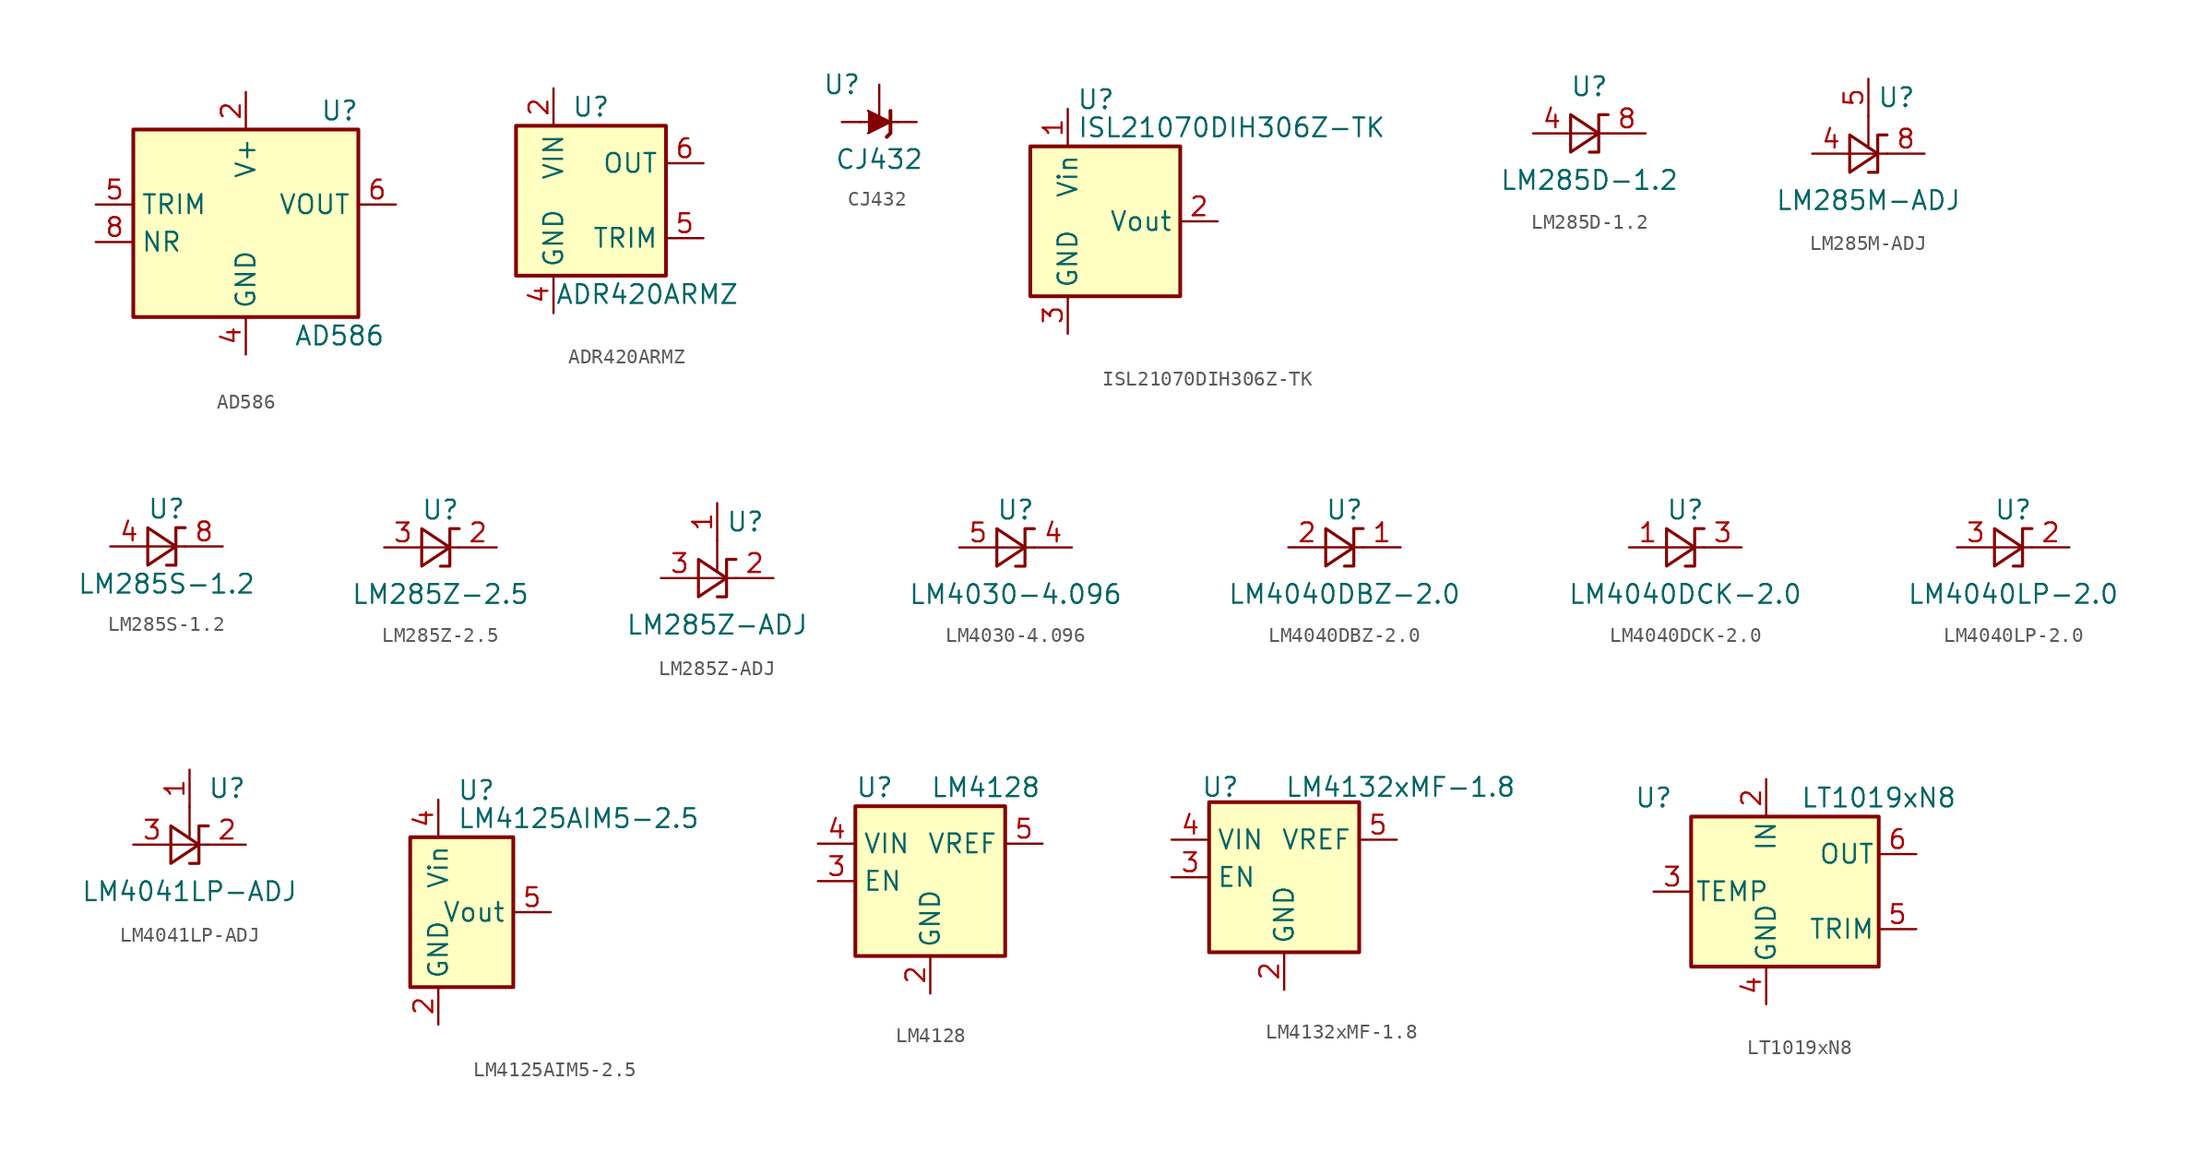
<source format=kicad_sym>
(kicad_symbol_lib
  (version 20201005)
  (generator kicad_symbol_editor)
  (symbol "Reference_Voltage:AD586"
    (property "Reference" "U"
      (at 6.35 6.35 0)
      (effects (font (size 1.27 1.27))))
    (property "Value" "AD586"
      (at 6.35 -8.89 0)
      (effects (font (size 1.27 1.27))))
    (symbol "AD586_0_1"
      (rectangle (start -7.62 5.08) (end 7.62 -7.62) (stroke (width 0.254)) (fill (type background))))
    (symbol "AD586_1_1"
      (pin no_connect line (at -7.62 2.54 0) (length 2.54) hide (name "NC" (effects (font (size 1.27 1.27)))) (number "1" (effects (font (size 1.27 1.27)))))
      (pin power_in line (at 0 7.62 270) (length 2.54) (name "V+" (effects (font (size 1.27 1.27)))) (number "2" (effects (font (size 1.27 1.27)))))
      (pin no_connect line (at -7.62 -5.08 0) (length 2.54) hide (name "NC" (effects (font (size 1.27 1.27)))) (number "3" (effects (font (size 1.27 1.27)))))
      (pin power_in line (at 0 -10.16 90) (length 2.54) (name "GND" (effects (font (size 1.27 1.27)))) (number "4" (effects (font (size 1.27 1.27)))))
      (pin input line (at -10.16 0 0) (length 2.54) (name "TRIM" (effects (font (size 1.27 1.27)))) (number "5" (effects (font (size 1.27 1.27)))))
      (pin power_out line (at 10.16 0 180) (length 2.54) (name "VOUT" (effects (font (size 1.27 1.27)))) (number "6" (effects (font (size 1.27 1.27)))))
      (pin no_connect line (at 7.62 -5.08 180) (length 2.54) hide (name "NC" (effects (font (size 1.27 1.27)))) (number "7" (effects (font (size 1.27 1.27)))))
      (pin input line (at -10.16 -2.54 0) (length 2.54) (name "NR" (effects (font (size 1.27 1.27)))) (number "8" (effects (font (size 1.27 1.27)))))))
  (symbol "Reference_Voltage:ADR420ARMZ"
    (property "Reference" "U"
      (at 0 6.35 0)
      (effects (font (size 1.27 1.27))))
    (property "Value" "ADR420ARMZ"
      (at 3.81 -6.35 0)
      (effects (font (size 1.27 1.27))))
    (symbol "ADR420ARMZ_0_1"
      (rectangle (start 5.08 -5.08) (end -5.08 5.08) (stroke (width 0.254)) (fill (type background)))
      (pin no_connect line (at -5.08 0 0) (length 2.54) hide (name "TP" (effects (font (size 1.27 1.27)))) (number "1" (effects (font (size 1.27 1.27)))))
      (pin power_in line (at -2.54 7.62 270) (length 2.54) (name "VIN" (effects (font (size 1.27 1.27)))) (number "2" (effects (font (size 1.27 1.27)))))
      (pin no_connect line (at 5.08 0 180) (length 2.54) hide (name "NC" (effects (font (size 1.27 1.27)))) (number "3" (effects (font (size 1.27 1.27)))))
      (pin power_in line (at -2.54 -7.62 90) (length 2.54) (name "GND" (effects (font (size 1.27 1.27)))) (number "4" (effects (font (size 1.27 1.27)))))
      (pin passive line (at 7.62 -2.54 180) (length 2.54) (name "TRIM" (effects (font (size 1.27 1.27)))) (number "5" (effects (font (size 1.27 1.27)))))
      (pin output line (at 7.62 2.54 180) (length 2.54) (name "OUT" (effects (font (size 1.27 1.27)))) (number "6" (effects (font (size 1.27 1.27)))))
      (pin no_connect line (at -5.08 2.54 0) (length 2.54) hide (name "NC" (effects (font (size 1.27 1.27)))) (number "7" (effects (font (size 1.27 1.27)))))
      (pin no_connect line (at -5.08 -2.54 0) (length 2.54) hide (name "TP" (effects (font (size 1.27 1.27)))) (number "8" (effects (font (size 1.27 1.27)))))))
  (symbol "Reference_Voltage:CJ432"
    (pin_numbers hide)
    (pin_names hide)
    (property "Reference" "U"
      (at -2.54 2.54 0)
      (effects (font (size 1.27 1.27))))
    (property "Value" "CJ432"
      (at 0 -2.54 0)
      (effects (font (size 1.27 1.27))))
    (symbol "CJ432_0_1"
      (polyline (pts (xy -1.27 0) (xy 0 0) (xy 1.27 0)) (stroke (width 0)) (fill (type none)))
      (polyline (pts (xy -0.762 0.762) (xy 0.762 0) (xy -0.762 -0.762)) (stroke (width 0)) (fill (type outline)))
      (polyline (pts (xy 0.508 -1.016) (xy 0.762 -0.762) (xy 0.762 0.762) (xy 0.762 0.762)) (stroke (width 0.254)) (fill (type none))))
    (symbol "CJ432_1_1"
      (pin passive line (at 0 2.54 270) (length 2.54) (name "REF" (effects (font (size 1.27 1.27)))) (number "1" (effects (font (size 1.27 1.27)))))
      (pin passive line (at 2.54 0 180) (length 1.27) (name "K" (effects (font (size 1.27 1.27)))) (number "2" (effects (font (size 1.27 1.27)))))
      (pin passive line (at -2.54 0 0) (length 1.27) (name "A" (effects (font (size 1.27 1.27)))) (number "3" (effects (font (size 1.27 1.27)))))))
  (symbol "Reference_Voltage:ISL21070DIH306Z-TK"
    (property "Reference" "U"
      (at -0.635 8.255 0)
      (effects (font (size 1.27 1.27))))
    (property "Value" "ISL21070DIH306Z-TK"
      (at -1.905 6.35 0)
      (effects (font (size 1.27 1.27)) (justify left)))
    (symbol "ISL21070DIH306Z-TK_0_1"
      (rectangle (start -5.08 5.08) (end 5.08 -5.08) (stroke (width 0.254)) (fill (type background))))
    (symbol "ISL21070DIH306Z-TK_1_1"
      (pin power_in line (at -2.54 7.62 270) (length 2.54) (name "Vin" (effects (font (size 1.27 1.27)))) (number "1" (effects (font (size 1.27 1.27)))))
      (pin power_out line (at 7.62 0 180) (length 2.54) (name "Vout" (effects (font (size 1.27 1.27)))) (number "2" (effects (font (size 1.27 1.27)))))
      (pin power_in line (at -2.54 -7.62 90) (length 2.54) (name "GND" (effects (font (size 1.27 1.27)))) (number "3" (effects (font (size 1.27 1.27)))))))
  (symbol "Reference_Voltage:LM285D-1.2"
    (pin_names
      (offset 0.025) hide)
    (property "Reference" "U"
      (at 0 3.175 0)
      (effects (font (size 1.27 1.27))))
    (property "Value" "LM285D-1.2"
      (at 0 -3.175 0)
      (effects (font (size 1.27 1.27))))
    (symbol "LM285D-1.2_0_1"
      (polyline (pts (xy -1.27 0) (xy 0 0) (xy 1.27 0)) (stroke (width 0)) (fill (type none)))
      (polyline (pts (xy -1.27 -1.27) (xy 0.635 0) (xy -1.27 1.27) (xy -1.27 -1.27)) (stroke (width 0.203)) (fill (type none)))
      (polyline (pts (xy 0 -1.27) (xy 0.635 -1.27) (xy 0.635 1.27) (xy 1.27 1.27)) (stroke (width 0.203)) (fill (type none))))
    (symbol "LM285D-1.2_1_1"
      (pin passive line (at -3.81 0 0) (length 2.54) (name "A" (effects (font (size 1.27 1.27)))) (number "4" (effects (font (size 1.27 1.27)))))
      (pin passive line (at 3.81 0 180) (length 2.54) (name "K" (effects (font (size 1.27 1.27)))) (number "8" (effects (font (size 1.27 1.27)))))))
  (symbol "Reference_Voltage:LM285M-ADJ"
    (pin_names
      (offset 0.025) hide)
    (property "Reference" "U"
      (at 1.905 3.81 0)
      (effects (font (size 1.27 1.27))))
    (property "Value" "LM285M-ADJ"
      (at 0 -3.175 0)
      (effects (font (size 1.27 1.27))))
    (symbol "LM285M-ADJ_0_1"
      (polyline (pts (xy 0 2.54) (xy 0 0.381)) (stroke (width 0)) (fill (type none)))
      (polyline (pts (xy -1.27 0) (xy 0 0) (xy 1.27 0)) (stroke (width 0)) (fill (type none)))
      (polyline (pts (xy -1.27 -1.27) (xy 0.635 0) (xy -1.27 1.27) (xy -1.27 -1.27)) (stroke (width 0.203)) (fill (type none)))
      (polyline (pts (xy 0 -1.27) (xy 0.635 -1.27) (xy 0.635 1.27) (xy 1.27 1.27)) (stroke (width 0.203)) (fill (type none))))
    (symbol "LM285M-ADJ_1_1"
      (pin passive line (at -3.81 0 0) (length 2.54) (name "A" (effects (font (size 1.27 1.27)))) (number "4" (effects (font (size 1.27 1.27)))))
      (pin input line (at 0 5.08 270) (length 2.54) (name "FB" (effects (font (size 1.27 1.27)))) (number "5" (effects (font (size 1.27 1.27)))))
      (pin passive line (at 3.81 0 180) (length 2.54) (name "K" (effects (font (size 1.27 1.27)))) (number "8" (effects (font (size 1.27 1.27)))))))
  (symbol "Reference_Voltage:LM285S-1.2"
    (pin_names
      (offset 0.025) hide)
    (property "Reference" "U"
      (at 0 2.54 0)
      (effects (font (size 1.27 1.27))))
    (property "Value" "LM285S-1.2"
      (at 0 -2.54 0)
      (effects (font (size 1.27 1.27))))
    (symbol "LM285S-1.2_0_1"
      (polyline (pts (xy -1.27 0) (xy 0 0) (xy 1.27 0)) (stroke (width 0)) (fill (type none)))
      (polyline (pts (xy -1.27 -1.27) (xy 0.635 0) (xy -1.27 1.27) (xy -1.27 -1.27)) (stroke (width 0.203)) (fill (type none)))
      (polyline (pts (xy 0 -1.27) (xy 0.635 -1.27) (xy 0.635 1.27) (xy 1.27 1.27)) (stroke (width 0.203)) (fill (type none))))
    (symbol "LM285S-1.2_1_1"
      (pin passive line (at -3.81 0 0) (length 2.54) (name "A" (effects (font (size 1.27 1.27)))) (number "4" (effects (font (size 1.27 1.27)))))
      (pin passive line (at 3.81 0 180) (length 2.54) hide (name "K" (effects (font (size 1.27 1.27)))) (number "6" (effects (font (size 1.27 1.27)))))
      (pin passive line (at 3.81 0 180) (length 2.54) (name "K" (effects (font (size 1.27 1.27)))) (number "8" (effects (font (size 1.27 1.27)))))))
  (symbol "Reference_Voltage:LM285Z-2.5"
    (pin_names
      (offset 0.025) hide)
    (property "Reference" "U"
      (at 0 2.54 0)
      (effects (font (size 1.27 1.27))))
    (property "Value" "LM285Z-2.5"
      (at 0 -3.175 0)
      (effects (font (size 1.27 1.27))))
    (symbol "LM285Z-2.5_0_1"
      (polyline (pts (xy -1.27 0) (xy 0 0) (xy 1.27 0)) (stroke (width 0)) (fill (type none)))
      (polyline (pts (xy -1.27 -1.27) (xy 0.635 0) (xy -1.27 1.27) (xy -1.27 -1.27)) (stroke (width 0.203)) (fill (type none)))
      (polyline (pts (xy 0 -1.27) (xy 0.635 -1.27) (xy 0.635 1.27) (xy 1.27 1.27)) (stroke (width 0.203)) (fill (type none))))
    (symbol "LM285Z-2.5_1_1"
      (pin passive line (at 3.81 0 180) (length 2.54) (name "K" (effects (font (size 1.27 1.27)))) (number "2" (effects (font (size 1.27 1.27)))))
      (pin passive line (at -3.81 0 0) (length 2.54) (name "A" (effects (font (size 1.27 1.27)))) (number "3" (effects (font (size 1.27 1.27)))))))
  (symbol "Reference_Voltage:LM285Z-ADJ"
    (pin_names
      (offset 0.025) hide)
    (property "Reference" "U"
      (at 1.905 3.81 0)
      (effects (font (size 1.27 1.27))))
    (property "Value" "LM285Z-ADJ"
      (at 0 -3.175 0)
      (effects (font (size 1.27 1.27))))
    (symbol "LM285Z-ADJ_0_1"
      (polyline (pts (xy 0 2.54) (xy 0 0.381)) (stroke (width 0)) (fill (type none)))
      (polyline (pts (xy -1.27 0) (xy 0 0) (xy 1.27 0)) (stroke (width 0)) (fill (type none)))
      (polyline (pts (xy -1.27 -1.27) (xy 0.635 0) (xy -1.27 1.27) (xy -1.27 -1.27)) (stroke (width 0.203)) (fill (type none)))
      (polyline (pts (xy 0 -1.27) (xy 0.635 -1.27) (xy 0.635 1.27) (xy 1.27 1.27)) (stroke (width 0.203)) (fill (type none))))
    (symbol "LM285Z-ADJ_1_1"
      (pin input line (at 0 5.08 270) (length 2.54) (name "FB" (effects (font (size 1.27 1.27)))) (number "1" (effects (font (size 1.27 1.27)))))
      (pin passive line (at 3.81 0 180) (length 2.54) (name "K" (effects (font (size 1.27 1.27)))) (number "2" (effects (font (size 1.27 1.27)))))
      (pin passive line (at -3.81 0 0) (length 2.54) (name "A" (effects (font (size 1.27 1.27)))) (number "3" (effects (font (size 1.27 1.27)))))))
  (symbol "Reference_Voltage:LM4030-4.096"
    (pin_names
      (offset 0.025) hide)
    (property "Reference" "U"
      (at 0 2.54 0)
      (effects (font (size 1.27 1.27))))
    (property "Value" "LM4030-4.096"
      (at 0 -3.175 0)
      (effects (font (size 1.27 1.27))))
    (symbol "LM4030-4.096_0_1"
      (polyline (pts (xy -1.27 0) (xy 0 0) (xy 1.27 0)) (stroke (width 0)) (fill (type none)))
      (polyline (pts (xy -1.27 -1.27) (xy 0.635 0) (xy -1.27 1.27) (xy -1.27 -1.27)) (stroke (width 0.203)) (fill (type none)))
      (polyline (pts (xy 0 -1.27) (xy 0.635 -1.27) (xy 0.635 1.27) (xy 1.27 1.27)) (stroke (width 0.203)) (fill (type none))))
    (symbol "LM4030-4.096_1_1"
      (pin passive line (at 3.81 0 180) (length 2.54) (name "K" (effects (font (size 1.27 1.27)))) (number "4" (effects (font (size 1.27 1.27)))))
      (pin passive line (at -3.81 0 0) (length 2.54) (name "A" (effects (font (size 1.27 1.27)))) (number "5" (effects (font (size 1.27 1.27)))))))
  (symbol "Reference_Voltage:LM4040DBZ-2.0"
    (pin_names
      (offset 0.025) hide)
    (property "Reference" "U"
      (at 0 2.54 0)
      (effects (font (size 1.27 1.27))))
    (property "Value" "LM4040DBZ-2.0"
      (at 0 -3.175 0)
      (effects (font (size 1.27 1.27))))
    (symbol "LM4040DBZ-2.0_0_1"
      (polyline (pts (xy -1.27 0) (xy 0 0) (xy 1.27 0)) (stroke (width 0)) (fill (type none)))
      (polyline (pts (xy -1.27 -1.27) (xy 0.635 0) (xy -1.27 1.27) (xy -1.27 -1.27)) (stroke (width 0.203)) (fill (type none)))
      (polyline (pts (xy 0 -1.27) (xy 0.635 -1.27) (xy 0.635 1.27) (xy 1.27 1.27)) (stroke (width 0.203)) (fill (type none))))
    (symbol "LM4040DBZ-2.0_1_1"
      (pin passive line (at 3.81 0 180) (length 2.54) (name "K" (effects (font (size 1.27 1.27)))) (number "1" (effects (font (size 1.27 1.27)))))
      (pin passive line (at -3.81 0 0) (length 2.54) (name "A" (effects (font (size 1.27 1.27)))) (number "2" (effects (font (size 1.27 1.27)))))))
  (symbol "Reference_Voltage:LM4040DCK-2.0"
    (pin_names
      (offset 0.025) hide)
    (property "Reference" "U"
      (at 0 2.54 0)
      (effects (font (size 1.27 1.27))))
    (property "Value" "LM4040DCK-2.0"
      (at 0 -3.175 0)
      (effects (font (size 1.27 1.27))))
    (symbol "LM4040DCK-2.0_0_1"
      (polyline (pts (xy -1.27 0) (xy 0 0) (xy 1.27 0)) (stroke (width 0)) (fill (type none)))
      (polyline (pts (xy -1.27 -1.27) (xy 0.635 0) (xy -1.27 1.27) (xy -1.27 -1.27)) (stroke (width 0.203)) (fill (type none)))
      (polyline (pts (xy 0 -1.27) (xy 0.635 -1.27) (xy 0.635 1.27) (xy 1.27 1.27)) (stroke (width 0.203)) (fill (type none))))
    (symbol "LM4040DCK-2.0_1_1"
      (pin passive line (at -3.81 0 0) (length 2.54) (name "A" (effects (font (size 1.27 1.27)))) (number "1" (effects (font (size 1.27 1.27)))))
      (pin passive line (at 3.81 0 180) (length 2.54) (name "K" (effects (font (size 1.27 1.27)))) (number "3" (effects (font (size 1.27 1.27)))))))
  (symbol "Reference_Voltage:LM4040LP-2.0"
    (pin_names
      (offset 0.025) hide)
    (property "Reference" "U"
      (at 0 2.54 0)
      (effects (font (size 1.27 1.27))))
    (property "Value" "LM4040LP-2.0"
      (at 0 -3.175 0)
      (effects (font (size 1.27 1.27))))
    (symbol "LM4040LP-2.0_0_1"
      (polyline (pts (xy -1.27 0) (xy 0 0) (xy 1.27 0)) (stroke (width 0)) (fill (type none)))
      (polyline (pts (xy -1.27 -1.27) (xy 0.635 0) (xy -1.27 1.27) (xy -1.27 -1.27)) (stroke (width 0.203)) (fill (type none)))
      (polyline (pts (xy 0 -1.27) (xy 0.635 -1.27) (xy 0.635 1.27) (xy 1.27 1.27)) (stroke (width 0.203)) (fill (type none))))
    (symbol "LM4040LP-2.0_1_1"
      (pin passive line (at 3.81 0 180) (length 2.54) (name "K" (effects (font (size 1.27 1.27)))) (number "2" (effects (font (size 1.27 1.27)))))
      (pin passive line (at -3.81 0 0) (length 2.54) (name "A" (effects (font (size 1.27 1.27)))) (number "3" (effects (font (size 1.27 1.27)))))))
  (symbol "Reference_Voltage:LM4041LP-ADJ"
    (pin_names
      (offset 0.025) hide)
    (property "Reference" "U"
      (at 2.54 3.81 0)
      (effects (font (size 1.27 1.27))))
    (property "Value" "LM4041LP-ADJ"
      (at 0 -3.175 0)
      (effects (font (size 1.27 1.27))))
    (symbol "LM4041LP-ADJ_0_1"
      (polyline (pts (xy 0 2.54) (xy 0 0.508)) (stroke (width 0)) (fill (type none)))
      (polyline (pts (xy -1.27 0) (xy 0 0) (xy 1.27 0)) (stroke (width 0)) (fill (type none)))
      (polyline (pts (xy -1.27 -1.27) (xy 0.635 0) (xy -1.27 1.27) (xy -1.27 -1.27)) (stroke (width 0.203)) (fill (type none)))
      (polyline (pts (xy 0 -1.27) (xy 0.635 -1.27) (xy 0.635 1.27) (xy 1.27 1.27)) (stroke (width 0.203)) (fill (type none))))
    (symbol "LM4041LP-ADJ_1_1"
      (pin input line (at 0 5.08 270) (length 2.54) (name "FB" (effects (font (size 1.27 1.27)))) (number "1" (effects (font (size 1.27 1.27)))))
      (pin passive line (at 3.81 0 180) (length 2.54) (name "K" (effects (font (size 1.27 1.27)))) (number "2" (effects (font (size 1.27 1.27)))))
      (pin passive line (at -3.81 0 0) (length 2.54) (name "A" (effects (font (size 1.27 1.27)))) (number "3" (effects (font (size 1.27 1.27)))))))
  (symbol "Reference_Voltage:LM4125AIM5-2.5"
    (property "Reference" "U"
      (at 1.27 8.255 0)
      (effects (font (size 1.27 1.27)) (justify left)))
    (property "Value" "LM4125AIM5-2.5"
      (at 1.27 6.35 0)
      (effects (font (size 1.27 1.27)) (justify left)))
    (symbol "LM4125AIM5-2.5_0_1"
      (rectangle (start -1.905 5.08) (end 5.08 -5.08) (stroke (width 0.254)) (fill (type background))))
    (symbol "LM4125AIM5-2.5_1_1"
      (pin no_connect line (at 2.54 -5.08 90) (length 2.54) hide (name "NC" (effects (font (size 1.27 1.27)))) (number "1" (effects (font (size 1.27 1.27)))))
      (pin power_in line (at 0 -7.62 90) (length 2.54) (name "GND" (effects (font (size 1.27 1.27)))) (number "2" (effects (font (size 1.27 1.27)))))
      (pin no_connect line (at 5.08 -5.08 90) (length 2.54) hide (name "NC" (effects (font (size 1.27 1.27)))) (number "3" (effects (font (size 1.27 1.27)))))
      (pin power_in line (at 0 7.62 270) (length 2.54) (name "Vin" (effects (font (size 1.27 1.27)))) (number "4" (effects (font (size 1.27 1.27)))))
      (pin power_out line (at 7.62 0 180) (length 2.54) (name "Vout" (effects (font (size 1.27 1.27)))) (number "5" (effects (font (size 1.27 1.27)))))))
  (symbol "Reference_Voltage:LM4128"
    (property "Reference" "U"
      (at -5.08 6.35 0)
      (effects (font (size 1.27 1.27)) (justify left)))
    (property "Value" "LM4128"
      (at 0 6.35 0)
      (effects (font (size 1.27 1.27)) (justify left)))
    (symbol "LM4128_0_1"
      (rectangle (start -5.08 5.08) (end 5.08 -5.08) (stroke (width 0.254)) (fill (type background))))
    (symbol "LM4128_1_1"
      (pin no_connect line (at 5.08 0 180) (length 2.54) hide (name "NC" (effects (font (size 1.27 1.27)))) (number "1" (effects (font (size 1.27 1.27)))))
      (pin power_in line (at 0 -7.62 90) (length 2.54) (name "GND" (effects (font (size 1.27 1.27)))) (number "2" (effects (font (size 1.27 1.27)))))
      (pin input line (at -7.62 0 0) (length 2.54) (name "EN" (effects (font (size 1.27 1.27)))) (number "3" (effects (font (size 1.27 1.27)))))
      (pin power_in line (at -7.62 2.54 0) (length 2.54) (name "VIN" (effects (font (size 1.27 1.27)))) (number "4" (effects (font (size 1.27 1.27)))))
      (pin power_out line (at 7.62 2.54 180) (length 2.54) (name "VREF" (effects (font (size 1.27 1.27)))) (number "5" (effects (font (size 1.27 1.27)))))))
  (symbol "Reference_Voltage:LM4132xMF-1.8"
    (property "Reference" "U"
      (at -4.318 6.096 0)
      (effects (font (size 1.27 1.27))))
    (property "Value" "LM4132xMF-1.8"
      (at 7.874 6.096 0)
      (effects (font (size 1.27 1.27))))
    (symbol "LM4132xMF-1.8_0_1"
      (rectangle (start -5.08 5.08) (end 5.08 -5.08) (stroke (width 0.254)) (fill (type background))))
    (symbol "LM4132xMF-1.8_1_1"
      (pin no_connect line (at 5.08 0 180) (length 2.54) hide (name "NC" (effects (font (size 1.27 1.27)))) (number "1" (effects (font (size 1.27 1.27)))))
      (pin power_in line (at 0 -7.62 90) (length 2.54) (name "GND" (effects (font (size 1.27 1.27)))) (number "2" (effects (font (size 1.27 1.27)))))
      (pin input line (at -7.62 0 0) (length 2.54) (name "EN" (effects (font (size 1.27 1.27)))) (number "3" (effects (font (size 1.27 1.27)))))
      (pin power_in line (at -7.62 2.54 0) (length 2.54) (name "VIN" (effects (font (size 1.27 1.27)))) (number "4" (effects (font (size 1.27 1.27)))))
      (pin power_out line (at 7.62 2.54 180) (length 2.54) (name "VREF" (effects (font (size 1.27 1.27)))) (number "5" (effects (font (size 1.27 1.27)))))))
  (symbol "Reference_Voltage:LT1019xN8"
    (pin_names
      (offset 0.254))
    (property "Reference" "U"
      (at -7.62 6.35 0)
      (effects (font (size 1.27 1.27))))
    (property "Value" "LT1019xN8"
      (at 7.62 6.35 0)
      (effects (font (size 1.27 1.27))))
    (symbol "LT1019xN8_0_1"
      (rectangle (start 7.62 5.08) (end -5.08 -5.08) (stroke (width 0.254)) (fill (type background))))
    (symbol "LT1019xN8_1_0"
      (pin no_connect line (at -5.08 2.54 0) (length 2.54) hide (name "DNC" (effects (font (size 1.27 1.27)))) (number "1" (effects (font (size 1.27 1.27)))))
      (pin power_in line (at 0 7.62 270) (length 2.54) (name "IN" (effects (font (size 1.27 1.27)))) (number "2" (effects (font (size 1.27 1.27)))))
      (pin passive line (at -7.62 0 0) (length 2.54) (name "TEMP" (effects (font (size 1.27 1.27)))) (number "3" (effects (font (size 1.27 1.27)))))
      (pin power_in line (at 0 -7.62 90) (length 2.54) (name "GND" (effects (font (size 1.27 1.27)))) (number "4" (effects (font (size 1.27 1.27)))))
      (pin passive line (at 10.16 -2.54 180) (length 2.54) (name "TRIM" (effects (font (size 1.27 1.27)))) (number "5" (effects (font (size 1.27 1.27)))))
      (pin power_out line (at 10.16 2.54 180) (length 2.54) (name "OUT" (effects (font (size 1.27 1.27)))) (number "6" (effects (font (size 1.27 1.27)))))
      (pin no_connect line (at 7.62 0 180) (length 2.54) hide (name "DNC" (effects (font (size 1.27 1.27)))) (number "7" (effects (font (size 1.27 1.27)))))
      (pin no_connect line (at -5.08 -2.54 0) (length 2.54) hide (name "DNC" (effects (font (size 1.27 1.27)))) (number "8" (effects (font (size 1.27 1.27))))))))
</source>
